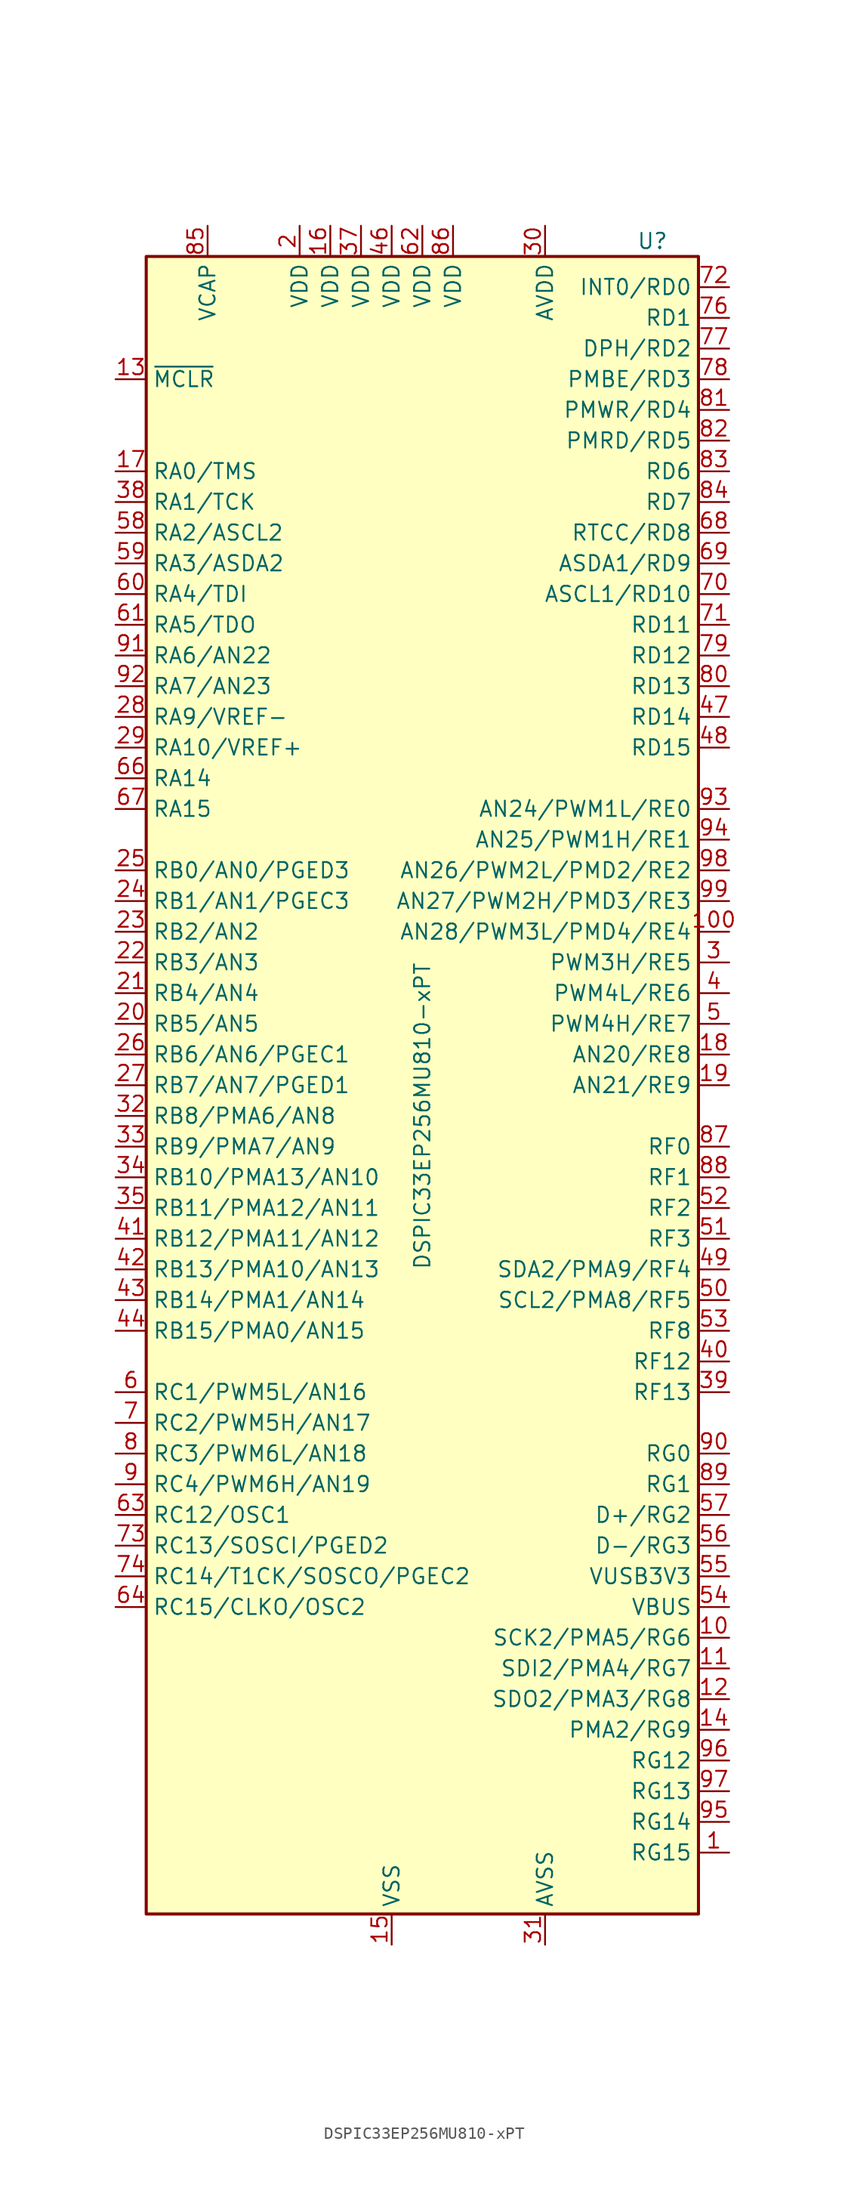
<source format=kicad_sym>
(kicad_symbol_lib
  (version 20241209)
  (generator "kicad_symbol_editor")
  (generator_version "9.0")
  (symbol "DSPIC33EP256MU810-xPT"
    (property "Reference" "U"
      (at 19.05 69.85 0)
      (effects (font (size 1.27 1.27))))
    (property "Value" "DSPIC33EP256MU810-xPT"
      (at 0 -2.54 90)
      (effects (font (size 1.27 1.27))))
    (symbol "DSPIC33EP256MU810-xPT_0_1"
      (rectangle (start -22.86 68.58) (end 22.86 -68.58) (stroke (width 0.254) (type default)) (fill (type background))))
    (symbol "DSPIC33EP256MU810-xPT_1_1"
      (pin input line (at -25.4 58.42 0) (length 2.54) (name "~{MCLR}" (effects (font (size 1.27 1.27)))) (number "13" (effects (font (size 1.27 1.27)))))
      (pin bidirectional line (at -25.4 50.8 0) (length 2.54) (name "RA0/TMS" (effects (font (size 1.27 1.27)))) (number "17" (effects (font (size 1.27 1.27)))))
      (pin bidirectional line (at -25.4 48.26 0) (length 2.54) (name "RA1/TCK" (effects (font (size 1.27 1.27)))) (number "38" (effects (font (size 1.27 1.27)))))
      (pin bidirectional line (at -25.4 45.72 0) (length 2.54) (name "RA2/ASCL2" (effects (font (size 1.27 1.27)))) (number "58" (effects (font (size 1.27 1.27)))))
      (pin bidirectional line (at -25.4 43.18 0) (length 2.54) (name "RA3/ASDA2" (effects (font (size 1.27 1.27)))) (number "59" (effects (font (size 1.27 1.27)))))
      (pin bidirectional line (at -25.4 40.64 0) (length 2.54) (name "RA4/TDI" (effects (font (size 1.27 1.27)))) (number "60" (effects (font (size 1.27 1.27)))))
      (pin bidirectional line (at -25.4 38.1 0) (length 2.54) (name "RA5/TDO" (effects (font (size 1.27 1.27)))) (number "61" (effects (font (size 1.27 1.27)))))
      (pin bidirectional line (at -25.4 35.56 0) (length 2.54) (name "RA6/AN22" (effects (font (size 1.27 1.27)))) (number "91" (effects (font (size 1.27 1.27)))))
      (pin bidirectional line (at -25.4 33.02 0) (length 2.54) (name "RA7/AN23" (effects (font (size 1.27 1.27)))) (number "92" (effects (font (size 1.27 1.27)))))
      (pin bidirectional line (at -25.4 30.48 0) (length 2.54) (name "RA9/VREF-" (effects (font (size 1.27 1.27)))) (number "28" (effects (font (size 1.27 1.27)))))
      (pin bidirectional line (at -25.4 27.94 0) (length 2.54) (name "RA10/VREF+" (effects (font (size 1.27 1.27)))) (number "29" (effects (font (size 1.27 1.27)))))
      (pin bidirectional line (at -25.4 25.4 0) (length 2.54) (name "RA14" (effects (font (size 1.27 1.27)))) (number "66" (effects (font (size 1.27 1.27)))))
      (pin bidirectional line (at -25.4 22.86 0) (length 2.54) (name "RA15" (effects (font (size 1.27 1.27)))) (number "67" (effects (font (size 1.27 1.27)))))
      (pin bidirectional line (at -25.4 17.78 0) (length 2.54) (name "RB0/AN0/PGED3" (effects (font (size 1.27 1.27)))) (number "25" (effects (font (size 1.27 1.27)))))
      (pin bidirectional line (at -25.4 15.24 0) (length 2.54) (name "RB1/AN1/PGEC3" (effects (font (size 1.27 1.27)))) (number "24" (effects (font (size 1.27 1.27)))))
      (pin bidirectional line (at -25.4 12.7 0) (length 2.54) (name "RB2/AN2" (effects (font (size 1.27 1.27)))) (number "23" (effects (font (size 1.27 1.27)))))
      (pin bidirectional line (at -25.4 10.16 0) (length 2.54) (name "RB3/AN3" (effects (font (size 1.27 1.27)))) (number "22" (effects (font (size 1.27 1.27)))))
      (pin bidirectional line (at -25.4 7.62 0) (length 2.54) (name "RB4/AN4" (effects (font (size 1.27 1.27)))) (number "21" (effects (font (size 1.27 1.27)))))
      (pin bidirectional line (at -25.4 5.08 0) (length 2.54) (name "RB5/AN5" (effects (font (size 1.27 1.27)))) (number "20" (effects (font (size 1.27 1.27)))))
      (pin bidirectional line (at -25.4 2.54 0) (length 2.54) (name "RB6/AN6/PGEC1" (effects (font (size 1.27 1.27)))) (number "26" (effects (font (size 1.27 1.27)))))
      (pin bidirectional line (at -25.4 0 0) (length 2.54) (name "RB7/AN7/PGED1" (effects (font (size 1.27 1.27)))) (number "27" (effects (font (size 1.27 1.27)))))
      (pin bidirectional line (at -25.4 -2.54 0) (length 2.54) (name "RB8/PMA6/AN8" (effects (font (size 1.27 1.27)))) (number "32" (effects (font (size 1.27 1.27)))))
      (pin bidirectional line (at -25.4 -5.08 0) (length 2.54) (name "RB9/PMA7/AN9" (effects (font (size 1.27 1.27)))) (number "33" (effects (font (size 1.27 1.27)))))
      (pin bidirectional line (at -25.4 -7.62 0) (length 2.54) (name "RB10/PMA13/AN10" (effects (font (size 1.27 1.27)))) (number "34" (effects (font (size 1.27 1.27)))))
      (pin bidirectional line (at -25.4 -10.16 0) (length 2.54) (name "RB11/PMA12/AN11" (effects (font (size 1.27 1.27)))) (number "35" (effects (font (size 1.27 1.27)))))
      (pin bidirectional line (at -25.4 -12.7 0) (length 2.54) (name "RB12/PMA11/AN12" (effects (font (size 1.27 1.27)))) (number "41" (effects (font (size 1.27 1.27)))))
      (pin bidirectional line (at -25.4 -15.24 0) (length 2.54) (name "RB13/PMA10/AN13" (effects (font (size 1.27 1.27)))) (number "42" (effects (font (size 1.27 1.27)))))
      (pin bidirectional line (at -25.4 -17.78 0) (length 2.54) (name "RB14/PMA1/AN14" (effects (font (size 1.27 1.27)))) (number "43" (effects (font (size 1.27 1.27)))))
      (pin bidirectional line (at -25.4 -20.32 0) (length 2.54) (name "RB15/PMA0/AN15" (effects (font (size 1.27 1.27)))) (number "44" (effects (font (size 1.27 1.27)))))
      (pin bidirectional line (at -25.4 -25.4 0) (length 2.54) (name "RC1/PWM5L/AN16" (effects (font (size 1.27 1.27)))) (number "6" (effects (font (size 1.27 1.27)))))
      (pin bidirectional line (at -25.4 -27.94 0) (length 2.54) (name "RC2/PWM5H/AN17" (effects (font (size 1.27 1.27)))) (number "7" (effects (font (size 1.27 1.27)))))
      (pin bidirectional line (at -25.4 -30.48 0) (length 2.54) (name "RC3/PWM6L/AN18" (effects (font (size 1.27 1.27)))) (number "8" (effects (font (size 1.27 1.27)))))
      (pin bidirectional line (at -25.4 -33.02 0) (length 2.54) (name "RC4/PWM6H/AN19" (effects (font (size 1.27 1.27)))) (number "9" (effects (font (size 1.27 1.27)))))
      (pin bidirectional line (at -25.4 -35.56 0) (length 2.54) (name "RC12/OSC1" (effects (font (size 1.27 1.27)))) (number "63" (effects (font (size 1.27 1.27)))))
      (pin bidirectional line (at -25.4 -38.1 0) (length 2.54) (name "RC13/SOSCI/PGED2" (effects (font (size 1.27 1.27)))) (number "73" (effects (font (size 1.27 1.27)))))
      (pin bidirectional line (at -25.4 -40.64 0) (length 2.54) (name "RC14/T1CK/SOSCO/PGEC2" (effects (font (size 1.27 1.27)))) (number "74" (effects (font (size 1.27 1.27)))))
      (pin bidirectional line (at -25.4 -43.18 0) (length 2.54) (name "RC15/CLKO/OSC2" (effects (font (size 1.27 1.27)))) (number "64" (effects (font (size 1.27 1.27)))))
      (pin passive line (at -17.78 71.12 270) (length 2.54) (name "VCAP" (effects (font (size 1.27 1.27)))) (number "85" (effects (font (size 1.27 1.27)))))
      (pin power_in line (at -10.16 71.12 270) (length 2.54) (name "VDD" (effects (font (size 1.27 1.27)))) (number "2" (effects (font (size 1.27 1.27)))))
      (pin power_in line (at -7.62 71.12 270) (length 2.54) (name "VDD" (effects (font (size 1.27 1.27)))) (number "16" (effects (font (size 1.27 1.27)))))
      (pin power_in line (at -5.08 71.12 270) (length 2.54) (name "VDD" (effects (font (size 1.27 1.27)))) (number "37" (effects (font (size 1.27 1.27)))))
      (pin power_in line (at -2.54 71.12 270) (length 2.54) (name "VDD" (effects (font (size 1.27 1.27)))) (number "46" (effects (font (size 1.27 1.27)))))
      (pin power_in line (at -2.54 -71.12 90) (length 2.54) (name "VSS" (effects (font (size 1.27 1.27)))) (number "15" (effects (font (size 1.27 1.27)))))
      (pin passive line (at -2.54 -71.12 90) (length 2.54) (hide yes) (name "VSS" (effects (font (size 1.27 1.27)))) (number "36" (effects (font (size 1.27 1.27)))))
      (pin passive line (at -2.54 -71.12 90) (length 2.54) (hide yes) (name "VSS" (effects (font (size 1.27 1.27)))) (number "45" (effects (font (size 1.27 1.27)))))
      (pin passive line (at -2.54 -71.12 90) (length 2.54) (hide yes) (name "VSS" (effects (font (size 1.27 1.27)))) (number "65" (effects (font (size 1.27 1.27)))))
      (pin passive line (at -2.54 -71.12 90) (length 2.54) (hide yes) (name "VSS" (effects (font (size 1.27 1.27)))) (number "75" (effects (font (size 1.27 1.27)))))
      (pin power_in line (at 0 71.12 270) (length 2.54) (name "VDD" (effects (font (size 1.27 1.27)))) (number "62" (effects (font (size 1.27 1.27)))))
      (pin power_in line (at 2.54 71.12 270) (length 2.54) (name "VDD" (effects (font (size 1.27 1.27)))) (number "86" (effects (font (size 1.27 1.27)))))
      (pin power_in line (at 10.16 71.12 270) (length 2.54) (name "AVDD" (effects (font (size 1.27 1.27)))) (number "30" (effects (font (size 1.27 1.27)))))
      (pin power_in line (at 10.16 -71.12 90) (length 2.54) (name "AVSS" (effects (font (size 1.27 1.27)))) (number "31" (effects (font (size 1.27 1.27)))))
      (pin bidirectional line (at 25.4 66.04 180) (length 2.54) (name "INT0/RD0" (effects (font (size 1.27 1.27)))) (number "72" (effects (font (size 1.27 1.27)))))
      (pin bidirectional line (at 25.4 63.5 180) (length 2.54) (name "RD1" (effects (font (size 1.27 1.27)))) (number "76" (effects (font (size 1.27 1.27)))))
      (pin bidirectional line (at 25.4 60.96 180) (length 2.54) (name "DPH/RD2" (effects (font (size 1.27 1.27)))) (number "77" (effects (font (size 1.27 1.27)))))
      (pin bidirectional line (at 25.4 58.42 180) (length 2.54) (name "PMBE/RD3" (effects (font (size 1.27 1.27)))) (number "78" (effects (font (size 1.27 1.27)))))
      (pin bidirectional line (at 25.4 55.88 180) (length 2.54) (name "PMWR/RD4" (effects (font (size 1.27 1.27)))) (number "81" (effects (font (size 1.27 1.27)))))
      (pin bidirectional line (at 25.4 53.34 180) (length 2.54) (name "PMRD/RD5" (effects (font (size 1.27 1.27)))) (number "82" (effects (font (size 1.27 1.27)))))
      (pin bidirectional line (at 25.4 50.8 180) (length 2.54) (name "RD6" (effects (font (size 1.27 1.27)))) (number "83" (effects (font (size 1.27 1.27)))))
      (pin bidirectional line (at 25.4 48.26 180) (length 2.54) (name "RD7" (effects (font (size 1.27 1.27)))) (number "84" (effects (font (size 1.27 1.27)))))
      (pin bidirectional line (at 25.4 45.72 180) (length 2.54) (name "RTCC/RD8" (effects (font (size 1.27 1.27)))) (number "68" (effects (font (size 1.27 1.27)))))
      (pin bidirectional line (at 25.4 43.18 180) (length 2.54) (name "ASDA1/RD9" (effects (font (size 1.27 1.27)))) (number "69" (effects (font (size 1.27 1.27)))))
      (pin bidirectional line (at 25.4 40.64 180) (length 2.54) (name "ASCL1/RD10" (effects (font (size 1.27 1.27)))) (number "70" (effects (font (size 1.27 1.27)))))
      (pin bidirectional line (at 25.4 38.1 180) (length 2.54) (name "RD11" (effects (font (size 1.27 1.27)))) (number "71" (effects (font (size 1.27 1.27)))))
      (pin bidirectional line (at 25.4 35.56 180) (length 2.54) (name "RD12" (effects (font (size 1.27 1.27)))) (number "79" (effects (font (size 1.27 1.27)))))
      (pin bidirectional line (at 25.4 33.02 180) (length 2.54) (name "RD13" (effects (font (size 1.27 1.27)))) (number "80" (effects (font (size 1.27 1.27)))))
      (pin bidirectional line (at 25.4 30.48 180) (length 2.54) (name "RD14" (effects (font (size 1.27 1.27)))) (number "47" (effects (font (size 1.27 1.27)))))
      (pin bidirectional line (at 25.4 27.94 180) (length 2.54) (name "RD15" (effects (font (size 1.27 1.27)))) (number "48" (effects (font (size 1.27 1.27)))))
      (pin bidirectional line (at 25.4 22.86 180) (length 2.54) (name "AN24/PWM1L/RE0" (effects (font (size 1.27 1.27)))) (number "93" (effects (font (size 1.27 1.27)))))
      (pin bidirectional line (at 25.4 20.32 180) (length 2.54) (name "AN25/PWM1H/RE1" (effects (font (size 1.27 1.27)))) (number "94" (effects (font (size 1.27 1.27)))))
      (pin bidirectional line (at 25.4 17.78 180) (length 2.54) (name "AN26/PWM2L/PMD2/RE2" (effects (font (size 1.27 1.27)))) (number "98" (effects (font (size 1.27 1.27)))))
      (pin bidirectional line (at 25.4 15.24 180) (length 2.54) (name "AN27/PWM2H/PMD3/RE3" (effects (font (size 1.27 1.27)))) (number "99" (effects (font (size 1.27 1.27)))))
      (pin bidirectional line (at 25.4 12.7 180) (length 2.54) (name "AN28/PWM3L/PMD4/RE4" (effects (font (size 1.27 1.27)))) (number "100" (effects (font (size 1.27 1.27)))))
      (pin bidirectional line (at 25.4 10.16 180) (length 2.54) (name "PWM3H/RE5" (effects (font (size 1.27 1.27)))) (number "3" (effects (font (size 1.27 1.27)))))
      (pin bidirectional line (at 25.4 7.62 180) (length 2.54) (name "PWM4L/RE6" (effects (font (size 1.27 1.27)))) (number "4" (effects (font (size 1.27 1.27)))))
      (pin bidirectional line (at 25.4 5.08 180) (length 2.54) (name "PWM4H/RE7" (effects (font (size 1.27 1.27)))) (number "5" (effects (font (size 1.27 1.27)))))
      (pin bidirectional line (at 25.4 2.54 180) (length 2.54) (name "AN20/RE8" (effects (font (size 1.27 1.27)))) (number "18" (effects (font (size 1.27 1.27)))))
      (pin bidirectional line (at 25.4 0 180) (length 2.54) (name "AN21/RE9" (effects (font (size 1.27 1.27)))) (number "19" (effects (font (size 1.27 1.27)))))
      (pin bidirectional line (at 25.4 -5.08 180) (length 2.54) (name "RF0" (effects (font (size 1.27 1.27)))) (number "87" (effects (font (size 1.27 1.27)))))
      (pin bidirectional line (at 25.4 -7.62 180) (length 2.54) (name "RF1" (effects (font (size 1.27 1.27)))) (number "88" (effects (font (size 1.27 1.27)))))
      (pin bidirectional line (at 25.4 -10.16 180) (length 2.54) (name "RF2" (effects (font (size 1.27 1.27)))) (number "52" (effects (font (size 1.27 1.27)))))
      (pin bidirectional line (at 25.4 -12.7 180) (length 2.54) (name "RF3" (effects (font (size 1.27 1.27)))) (number "51" (effects (font (size 1.27 1.27)))))
      (pin bidirectional line (at 25.4 -15.24 180) (length 2.54) (name "SDA2/PMA9/RF4" (effects (font (size 1.27 1.27)))) (number "49" (effects (font (size 1.27 1.27)))))
      (pin bidirectional line (at 25.4 -17.78 180) (length 2.54) (name "SCL2/PMA8/RF5" (effects (font (size 1.27 1.27)))) (number "50" (effects (font (size 1.27 1.27)))))
      (pin bidirectional line (at 25.4 -20.32 180) (length 2.54) (name "RF8" (effects (font (size 1.27 1.27)))) (number "53" (effects (font (size 1.27 1.27)))))
      (pin bidirectional line (at 25.4 -22.86 180) (length 2.54) (name "RF12" (effects (font (size 1.27 1.27)))) (number "40" (effects (font (size 1.27 1.27)))))
      (pin bidirectional line (at 25.4 -25.4 180) (length 2.54) (name "RF13" (effects (font (size 1.27 1.27)))) (number "39" (effects (font (size 1.27 1.27)))))
      (pin bidirectional line (at 25.4 -30.48 180) (length 2.54) (name "RG0" (effects (font (size 1.27 1.27)))) (number "90" (effects (font (size 1.27 1.27)))))
      (pin bidirectional line (at 25.4 -33.02 180) (length 2.54) (name "RG1" (effects (font (size 1.27 1.27)))) (number "89" (effects (font (size 1.27 1.27)))))
      (pin bidirectional line (at 25.4 -35.56 180) (length 2.54) (name "D+/RG2" (effects (font (size 1.27 1.27)))) (number "57" (effects (font (size 1.27 1.27)))))
      (pin bidirectional line (at 25.4 -38.1 180) (length 2.54) (name "D-/RG3" (effects (font (size 1.27 1.27)))) (number "56" (effects (font (size 1.27 1.27)))))
      (pin bidirectional line (at 25.4 -40.64 180) (length 2.54) (name "VUSB3V3" (effects (font (size 1.27 1.27)))) (number "55" (effects (font (size 1.27 1.27)))))
      (pin bidirectional line (at 25.4 -43.18 180) (length 2.54) (name "VBUS" (effects (font (size 1.27 1.27)))) (number "54" (effects (font (size 1.27 1.27)))))
      (pin bidirectional line (at 25.4 -45.72 180) (length 2.54) (name "SCK2/PMA5/RG6" (effects (font (size 1.27 1.27)))) (number "10" (effects (font (size 1.27 1.27)))))
      (pin bidirectional line (at 25.4 -48.26 180) (length 2.54) (name "SDI2/PMA4/RG7" (effects (font (size 1.27 1.27)))) (number "11" (effects (font (size 1.27 1.27)))))
      (pin bidirectional line (at 25.4 -50.8 180) (length 2.54) (name "SDO2/PMA3/RG8" (effects (font (size 1.27 1.27)))) (number "12" (effects (font (size 1.27 1.27)))))
      (pin bidirectional line (at 25.4 -53.34 180) (length 2.54) (name "PMA2/RG9" (effects (font (size 1.27 1.27)))) (number "14" (effects (font (size 1.27 1.27)))))
      (pin bidirectional line (at 25.4 -55.88 180) (length 2.54) (name "RG12" (effects (font (size 1.27 1.27)))) (number "96" (effects (font (size 1.27 1.27)))))
      (pin bidirectional line (at 25.4 -58.42 180) (length 2.54) (name "RG13" (effects (font (size 1.27 1.27)))) (number "97" (effects (font (size 1.27 1.27)))))
      (pin bidirectional line (at 25.4 -60.96 180) (length 2.54) (name "RG14" (effects (font (size 1.27 1.27)))) (number "95" (effects (font (size 1.27 1.27)))))
      (pin bidirectional line (at 25.4 -63.5 180) (length 2.54) (name "RG15" (effects (font (size 1.27 1.27)))) (number "1" (effects (font (size 1.27 1.27))))))))
</source>
